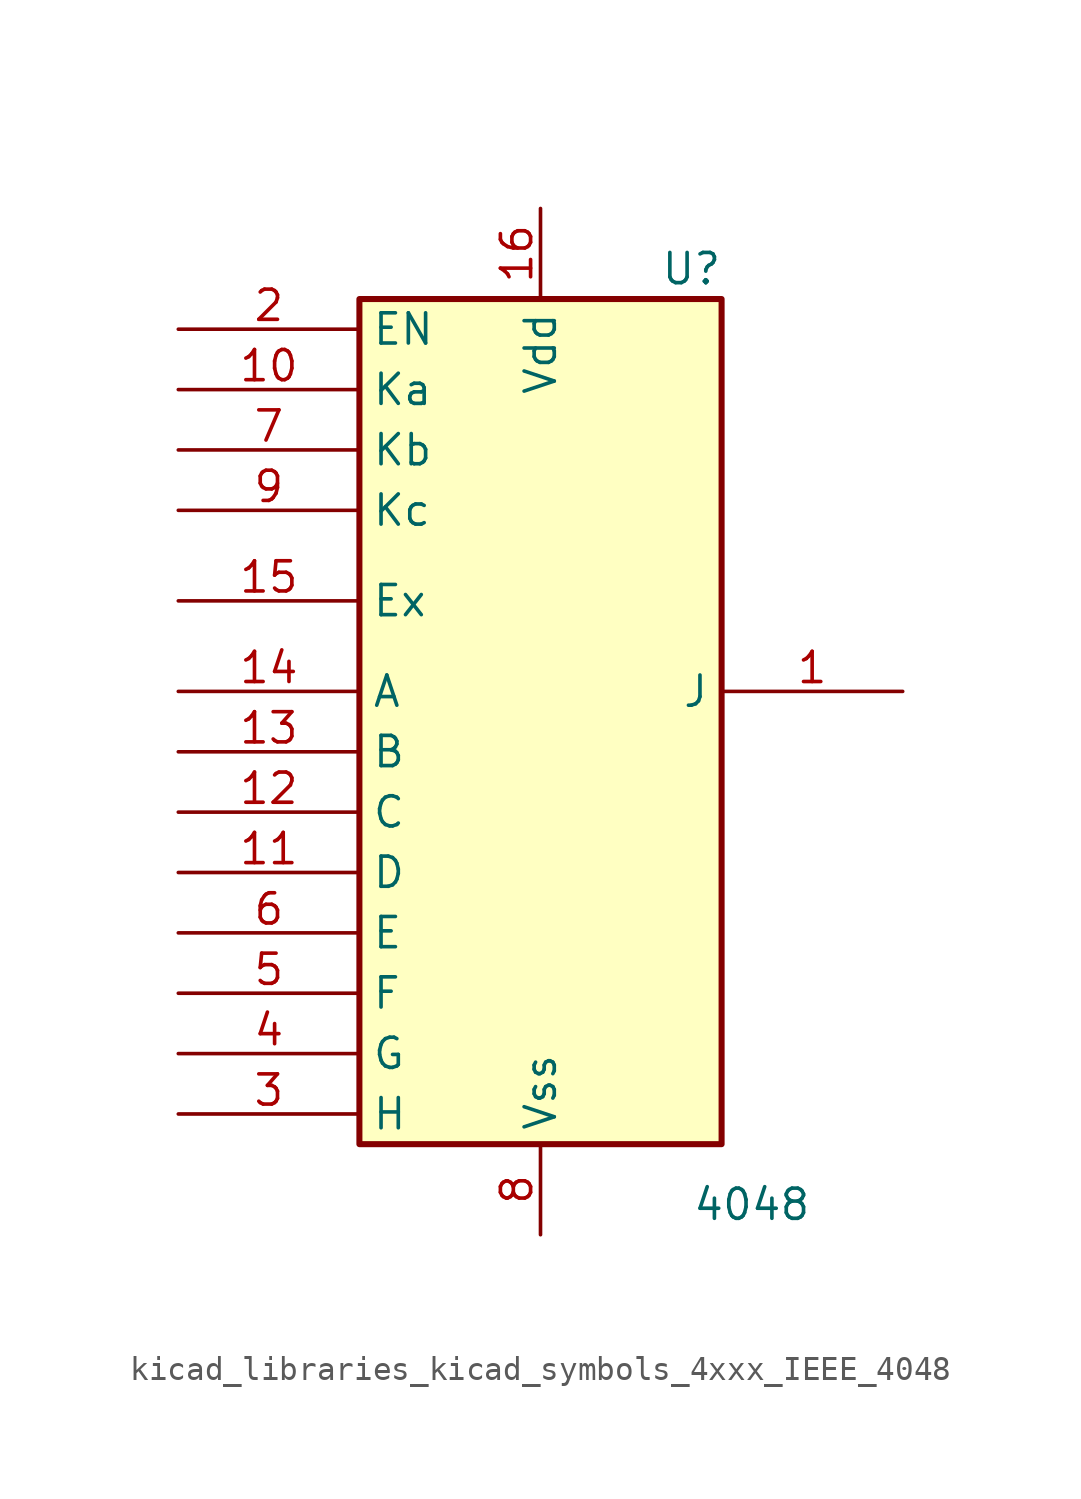
<source format=kicad_sym>
(kicad_symbol_lib
  (version 20220914)
  (generator kicad_symbol_editor)
  (symbol "kicad_libraries_kicad_symbols_4xxx_IEEE_4048"
    (property "Reference" "U"
      (at 6.35 17.78 0)
      (effects (font (size 1.27 1.27))))
    (property "Value" "4048"
      (at 8.89 -21.59 0)
      (effects (font (size 1.27 1.27))))
    (symbol "kicad_libraries_kicad_symbols_4xxx_IEEE_4048_0_1"
      (rectangle (start -7.62 16.51) (end 7.62 -19.05) (stroke (width 0.254) (type default)) (fill (type background))))
    (symbol "kicad_libraries_kicad_symbols_4xxx_IEEE_4048_1_1"
      (pin output line (at 15.24 0 180) (length 7.62) (name "J" (effects (font (size 1.27 1.27)))) (number "1" (effects (font (size 1.27 1.27)))))
      (pin input line (at -15.24 12.7 0) (length 7.62) (name "Ka" (effects (font (size 1.27 1.27)))) (number "10" (effects (font (size 1.27 1.27)))))
      (pin input line (at -15.24 -7.62 0) (length 7.62) (name "D" (effects (font (size 1.27 1.27)))) (number "11" (effects (font (size 1.27 1.27)))))
      (pin input line (at -15.24 -5.08 0) (length 7.62) (name "C" (effects (font (size 1.27 1.27)))) (number "12" (effects (font (size 1.27 1.27)))))
      (pin input line (at -15.24 -2.54 0) (length 7.62) (name "B" (effects (font (size 1.27 1.27)))) (number "13" (effects (font (size 1.27 1.27)))))
      (pin input line (at -15.24 0 0) (length 7.62) (name "A" (effects (font (size 1.27 1.27)))) (number "14" (effects (font (size 1.27 1.27)))))
      (pin input line (at -15.24 3.81 0) (length 7.62) (name "Ex" (effects (font (size 1.27 1.27)))) (number "15" (effects (font (size 1.27 1.27)))))
      (pin power_in line (at 0 20.32 270) (length 3.81) (name "Vdd" (effects (font (size 1.27 1.27)))) (number "16" (effects (font (size 1.27 1.27)))))
      (pin input line (at -15.24 15.24 0) (length 7.62) (name "EN" (effects (font (size 1.27 1.27)))) (number "2" (effects (font (size 1.27 1.27)))))
      (pin input line (at -15.24 -17.78 0) (length 7.62) (name "H" (effects (font (size 1.27 1.27)))) (number "3" (effects (font (size 1.27 1.27)))))
      (pin input line (at -15.24 -15.24 0) (length 7.62) (name "G" (effects (font (size 1.27 1.27)))) (number "4" (effects (font (size 1.27 1.27)))))
      (pin input line (at -15.24 -12.7 0) (length 7.62) (name "F" (effects (font (size 1.27 1.27)))) (number "5" (effects (font (size 1.27 1.27)))))
      (pin input line (at -15.24 -10.16 0) (length 7.62) (name "E" (effects (font (size 1.27 1.27)))) (number "6" (effects (font (size 1.27 1.27)))))
      (pin input line (at -15.24 10.16 0) (length 7.62) (name "Kb" (effects (font (size 1.27 1.27)))) (number "7" (effects (font (size 1.27 1.27)))))
      (pin power_in line (at 0 -22.86 90) (length 3.81) (name "Vss" (effects (font (size 1.27 1.27)))) (number "8" (effects (font (size 1.27 1.27)))))
      (pin input line (at -15.24 7.62 0) (length 7.62) (name "Kc" (effects (font (size 1.27 1.27)))) (number "9" (effects (font (size 1.27 1.27))))))))
</source>
